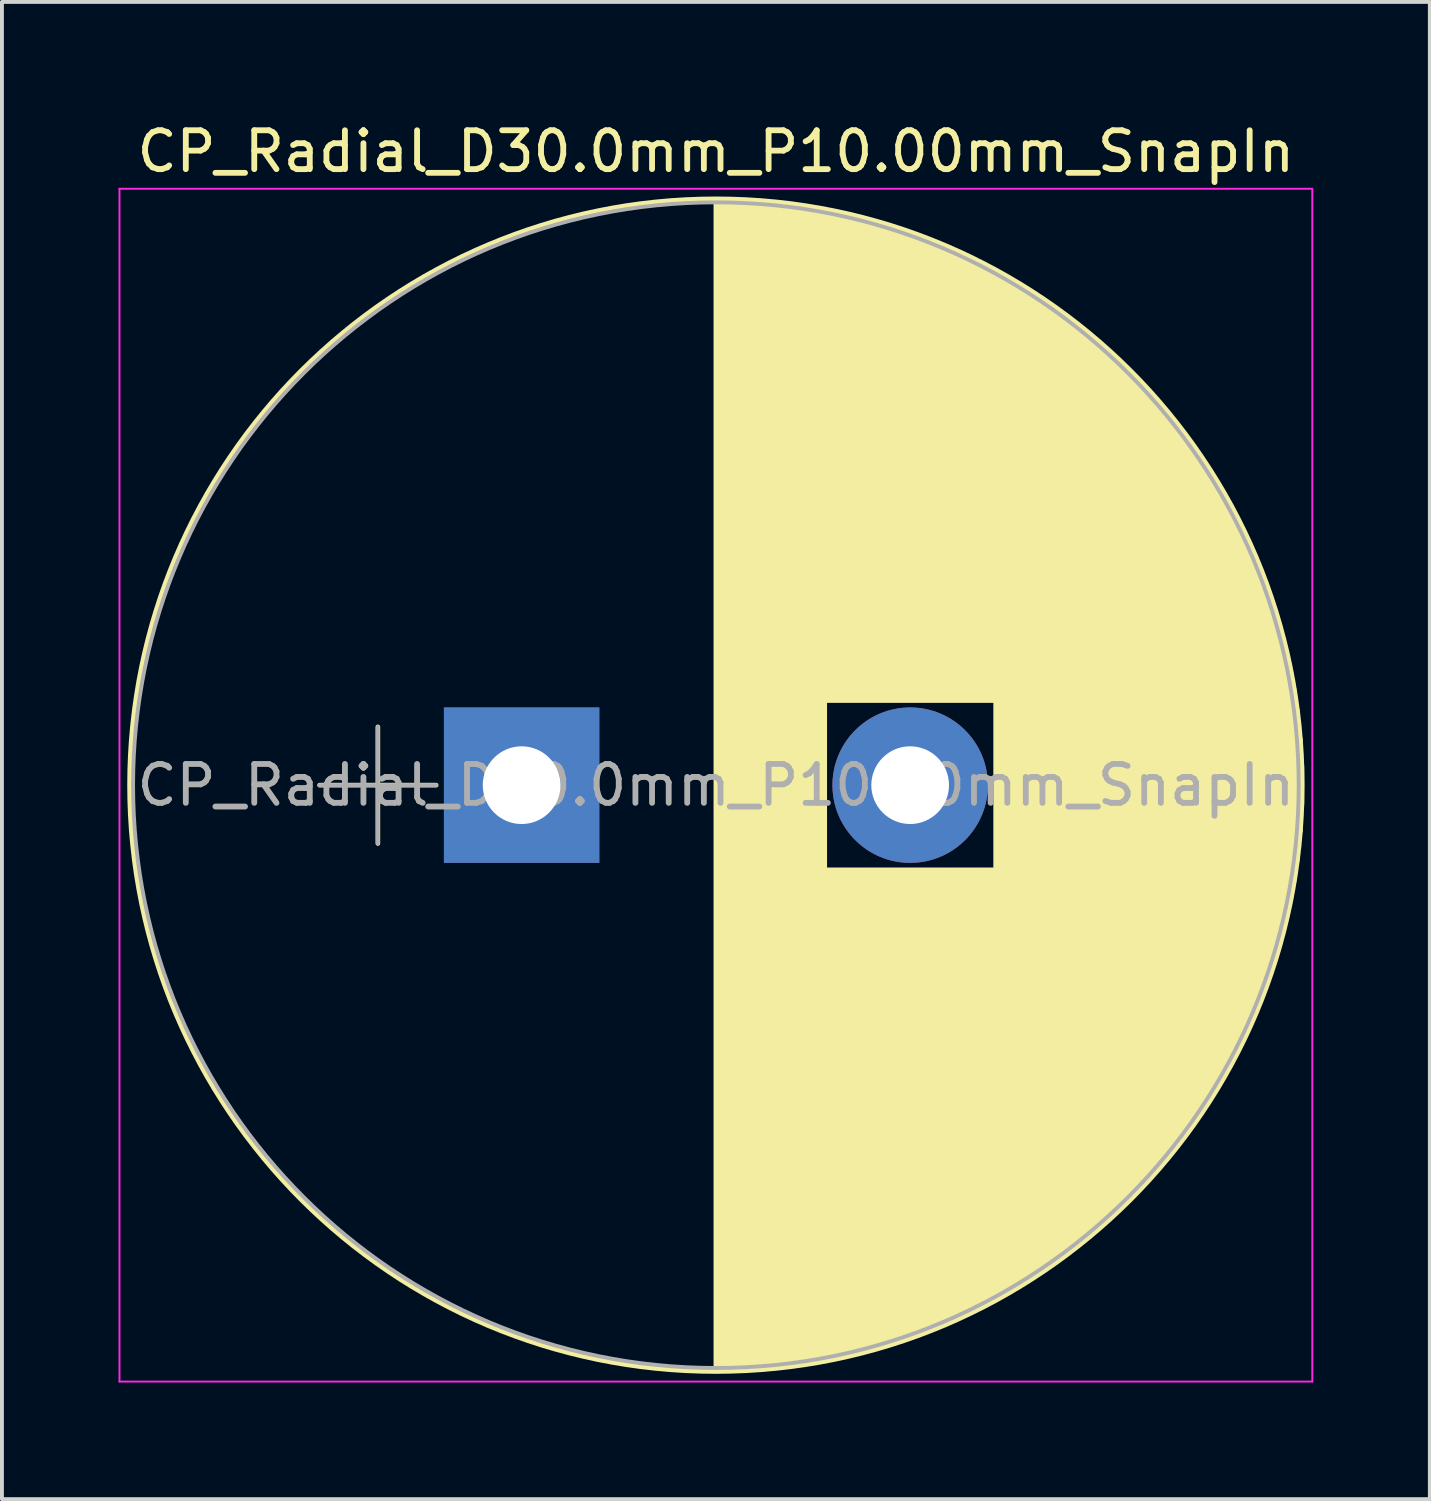
<source format=kicad_pcb>
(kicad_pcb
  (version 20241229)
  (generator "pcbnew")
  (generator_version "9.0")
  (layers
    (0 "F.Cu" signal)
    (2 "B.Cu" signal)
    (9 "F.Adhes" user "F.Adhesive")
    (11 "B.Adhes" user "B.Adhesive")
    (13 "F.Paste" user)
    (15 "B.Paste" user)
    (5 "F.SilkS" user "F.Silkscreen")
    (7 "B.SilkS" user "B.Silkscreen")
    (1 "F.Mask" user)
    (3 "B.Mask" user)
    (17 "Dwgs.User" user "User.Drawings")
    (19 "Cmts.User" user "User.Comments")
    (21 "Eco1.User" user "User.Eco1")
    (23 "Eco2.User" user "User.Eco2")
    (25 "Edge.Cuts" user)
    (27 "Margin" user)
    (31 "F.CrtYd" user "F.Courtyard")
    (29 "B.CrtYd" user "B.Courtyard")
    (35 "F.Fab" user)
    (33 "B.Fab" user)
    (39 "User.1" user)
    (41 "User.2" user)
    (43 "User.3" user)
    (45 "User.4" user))
  (footprint "CP_Radial_D30.0mm_P10.00mm_SnapIn"
    (layer "F.Cu")
    (at 10.375 17.158)
    (property "Reference" "CP_Radial_D30.0mm_P10.00mm_SnapIn" (at 5 -16.31 0) (layer "F.SilkS") (effects (font (size 1 1) (thickness 0.15))))
    (attr through_hole)
    (fp_line (start -5.2 0) (end -2.2 0) (stroke (width 0.12) (type solid)) (layer "F.SilkS"))
    (fp_line (start -3.7 -1.5) (end -3.7 1.5) (stroke (width 0.12) (type solid)) (layer "F.SilkS"))
    (fp_line (start 5 -15.05) (end 5 15.05) (stroke (width 0.12) (type solid)) (layer "F.SilkS"))
    (fp_line (start 5.04 -15.05) (end 5.04 15.05) (stroke (width 0.12) (type solid)) (layer "F.SilkS"))
    (fp_line (start 5.08 -15.05) (end 5.08 15.05) (stroke (width 0.12) (type solid)) (layer "F.SilkS"))
    (fp_line (start 5.12 -15.05) (end 5.12 15.05) (stroke (width 0.12) (type solid)) (layer "F.SilkS"))
    (fp_line (start 5.16 -15.05) (end 5.16 15.05) (stroke (width 0.12) (type solid)) (layer "F.SilkS"))
    (fp_line (start 5.2 -15.049) (end 5.2 15.049) (stroke (width 0.12) (type solid)) (layer "F.SilkS"))
    (fp_line (start 5.24 -15.049) (end 5.24 15.049) (stroke (width 0.12) (type solid)) (layer "F.SilkS"))
    (fp_line (start 5.28 -15.048) (end 5.28 15.048) (stroke (width 0.12) (type solid)) (layer "F.SilkS"))
    (fp_line (start 5.32 -15.047) (end 5.32 15.047) (stroke (width 0.12) (type solid)) (layer "F.SilkS"))
    (fp_line (start 5.36 -15.046) (end 5.36 15.046) (stroke (width 0.12) (type solid)) (layer "F.SilkS"))
    (fp_line (start 5.4 -15.045) (end 5.4 15.045) (stroke (width 0.12) (type solid)) (layer "F.SilkS"))
    (fp_line (start 5.44 -15.044) (end 5.44 15.044) (stroke (width 0.12) (type solid)) (layer "F.SilkS"))
    (fp_line (start 5.48 -15.043) (end 5.48 15.043) (stroke (width 0.12) (type solid)) (layer "F.SilkS"))
    (fp_line (start 5.52 -15.042) (end 5.52 15.042) (stroke (width 0.12) (type solid)) (layer "F.SilkS"))
    (fp_line (start 5.56 -15.04) (end 5.56 15.04) (stroke (width 0.12) (type solid)) (layer "F.SilkS"))
    (fp_line (start 5.6 -15.039) (end 5.6 15.039) (stroke (width 0.12) (type solid)) (layer "F.SilkS"))
    (fp_line (start 5.64 -15.037) (end 5.64 15.037) (stroke (width 0.12) (type solid)) (layer "F.SilkS"))
    (fp_line (start 5.68 -15.035) (end 5.68 15.035) (stroke (width 0.12) (type solid)) (layer "F.SilkS"))
    (fp_line (start 5.721 -15.033) (end 5.721 15.033) (stroke (width 0.12) (type solid)) (layer "F.SilkS"))
    (fp_line (start 5.761 -15.031) (end 5.761 15.031) (stroke (width 0.12) (type solid)) (layer "F.SilkS"))
    (fp_line (start 5.801 -15.029) (end 5.801 15.029) (stroke (width 0.12) (type solid)) (layer "F.SilkS"))
    (fp_line (start 5.841 -15.027) (end 5.841 15.027) (stroke (width 0.12) (type solid)) (layer "F.SilkS"))
    (fp_line (start 5.881 -15.025) (end 5.881 15.025) (stroke (width 0.12) (type solid)) (layer "F.SilkS"))
    (fp_line (start 5.921 -15.022) (end 5.921 15.022) (stroke (width 0.12) (type solid)) (layer "F.SilkS"))
    (fp_line (start 5.961 -15.02) (end 5.961 15.02) (stroke (width 0.12) (type solid)) (layer "F.SilkS"))
    (fp_line (start 6.001 -15.017) (end 6.001 15.017) (stroke (width 0.12) (type solid)) (layer "F.SilkS"))
    (fp_line (start 6.041 -15.015) (end 6.041 15.015) (stroke (width 0.12) (type solid)) (layer "F.SilkS"))
    (fp_line (start 6.081 -15.012) (end 6.081 15.012) (stroke (width 0.12) (type solid)) (layer "F.SilkS"))
    (fp_line (start 6.121 -15.009) (end 6.121 15.009) (stroke (width 0.12) (type solid)) (layer "F.SilkS"))
    (fp_line (start 6.161 -15.006) (end 6.161 15.006) (stroke (width 0.12) (type solid)) (layer "F.SilkS"))
    (fp_line (start 6.201 -15.003) (end 6.201 15.003) (stroke (width 0.12) (type solid)) (layer "F.SilkS"))
    (fp_line (start 6.241 -14.999) (end 6.241 14.999) (stroke (width 0.12) (type solid)) (layer "F.SilkS"))
    (fp_line (start 6.281 -14.996) (end 6.281 14.996) (stroke (width 0.12) (type solid)) (layer "F.SilkS"))
    (fp_line (start 6.321 -14.993) (end 6.321 14.993) (stroke (width 0.12) (type solid)) (layer "F.SilkS"))
    (fp_line (start 6.361 -14.989) (end 6.361 14.989) (stroke (width 0.12) (type solid)) (layer "F.SilkS"))
    (fp_line (start 6.401 -14.985) (end 6.401 14.985) (stroke (width 0.12) (type solid)) (layer "F.SilkS"))
    (fp_line (start 6.441 -14.982) (end 6.441 14.982) (stroke (width 0.12) (type solid)) (layer "F.SilkS"))
    (fp_line (start 6.481 -14.978) (end 6.481 14.978) (stroke (width 0.12) (type solid)) (layer "F.SilkS"))
    (fp_line (start 6.521 -14.974) (end 6.521 14.974) (stroke (width 0.12) (type solid)) (layer "F.SilkS"))
    (fp_line (start 6.561 -14.97) (end 6.561 14.97) (stroke (width 0.12) (type solid)) (layer "F.SilkS"))
    (fp_line (start 6.601 -14.965) (end 6.601 14.965) (stroke (width 0.12) (type solid)) (layer "F.SilkS"))
    (fp_line (start 6.641 -14.961) (end 6.641 14.961) (stroke (width 0.12) (type solid)) (layer "F.SilkS"))
    (fp_line (start 6.681 -14.957) (end 6.681 14.957) (stroke (width 0.12) (type solid)) (layer "F.SilkS"))
    (fp_line (start 6.721 -14.952) (end 6.721 14.952) (stroke (width 0.12) (type solid)) (layer "F.SilkS"))
    (fp_line (start 6.761 -14.948) (end 6.761 14.948) (stroke (width 0.12) (type solid)) (layer "F.SilkS"))
    (fp_line (start 6.801 -14.943) (end 6.801 14.943) (stroke (width 0.12) (type solid)) (layer "F.SilkS"))
    (fp_line (start 6.841 -14.938) (end 6.841 14.938) (stroke (width 0.12) (type solid)) (layer "F.SilkS"))
    (fp_line (start 6.881 -14.933) (end 6.881 14.933) (stroke (width 0.12) (type solid)) (layer "F.SilkS"))
    (fp_line (start 6.921 -14.928) (end 6.921 14.928) (stroke (width 0.12) (type solid)) (layer "F.SilkS"))
    (fp_line (start 6.961 -14.923) (end 6.961 14.923) (stroke (width 0.12) (type solid)) (layer "F.SilkS"))
    (fp_line (start 7.001 -14.917) (end 7.001 14.917) (stroke (width 0.12) (type solid)) (layer "F.SilkS"))
    (fp_line (start 7.041 -14.912) (end 7.041 14.912) (stroke (width 0.12) (type solid)) (layer "F.SilkS"))
    (fp_line (start 7.081 -14.906) (end 7.081 14.906) (stroke (width 0.12) (type solid)) (layer "F.SilkS"))
    (fp_line (start 7.121 -14.901) (end 7.121 14.901) (stroke (width 0.12) (type solid)) (layer "F.SilkS"))
    (fp_line (start 7.161 -14.895) (end 7.161 14.895) (stroke (width 0.12) (type solid)) (layer "F.SilkS"))
    (fp_line (start 7.201 -14.889) (end 7.201 14.889) (stroke (width 0.12) (type solid)) (layer "F.SilkS"))
    (fp_line (start 7.241 -14.883) (end 7.241 14.883) (stroke (width 0.12) (type solid)) (layer "F.SilkS"))
    (fp_line (start 7.281 -14.877) (end 7.281 14.877) (stroke (width 0.12) (type solid)) (layer "F.SilkS"))
    (fp_line (start 7.321 -14.871) (end 7.321 14.871) (stroke (width 0.12) (type solid)) (layer "F.SilkS"))
    (fp_line (start 7.361 -14.865) (end 7.361 14.865) (stroke (width 0.12) (type solid)) (layer "F.SilkS"))
    (fp_line (start 7.401 -14.858) (end 7.401 14.858) (stroke (width 0.12) (type solid)) (layer "F.SilkS"))
    (fp_line (start 7.441 -14.852) (end 7.441 14.852) (stroke (width 0.12) (type solid)) (layer "F.SilkS"))
    (fp_line (start 7.481 -14.845) (end 7.481 14.845) (stroke (width 0.12) (type solid)) (layer "F.SilkS"))
    (fp_line (start 7.521 -14.839) (end 7.521 14.839) (stroke (width 0.12) (type solid)) (layer "F.SilkS"))
    (fp_line (start 7.561 -14.832) (end 7.561 14.832) (stroke (width 0.12) (type solid)) (layer "F.SilkS"))
    (fp_line (start 7.601 -14.825) (end 7.601 14.825) (stroke (width 0.12) (type solid)) (layer "F.SilkS"))
    (fp_line (start 7.641 -14.818) (end 7.641 14.818) (stroke (width 0.12) (type solid)) (layer "F.SilkS"))
    (fp_line (start 7.681 -14.811) (end 7.681 14.811) (stroke (width 0.12) (type solid)) (layer "F.SilkS"))
    (fp_line (start 7.721 -14.803) (end 7.721 14.803) (stroke (width 0.12) (type solid)) (layer "F.SilkS"))
    (fp_line (start 7.761 -14.796) (end 7.761 14.796) (stroke (width 0.12) (type solid)) (layer "F.SilkS"))
    (fp_line (start 7.801 -14.788) (end 7.801 14.788) (stroke (width 0.12) (type solid)) (layer "F.SilkS"))
    (fp_line (start 7.841 -14.781) (end 7.841 -2.18) (stroke (width 0.12) (type solid)) (layer "F.SilkS"))
    (fp_line (start 7.841 2.18) (end 7.841 14.781) (stroke (width 0.12) (type solid)) (layer "F.SilkS"))
    (fp_line (start 7.881 -14.773) (end 7.881 -2.18) (stroke (width 0.12) (type solid)) (layer "F.SilkS"))
    (fp_line (start 7.881 2.18) (end 7.881 14.773) (stroke (width 0.12) (type solid)) (layer "F.SilkS"))
    (fp_line (start 7.921 -14.765) (end 7.921 -2.18) (stroke (width 0.12) (type solid)) (layer "F.SilkS"))
    (fp_line (start 7.921 2.18) (end 7.921 14.765) (stroke (width 0.12) (type solid)) (layer "F.SilkS"))
    (fp_line (start 7.961 -14.757) (end 7.961 -2.18) (stroke (width 0.12) (type solid)) (layer "F.SilkS"))
    (fp_line (start 7.961 2.18) (end 7.961 14.757) (stroke (width 0.12) (type solid)) (layer "F.SilkS"))
    (fp_line (start 8.001 -14.749) (end 8.001 -2.18) (stroke (width 0.12) (type solid)) (layer "F.SilkS"))
    (fp_line (start 8.001 2.18) (end 8.001 14.749) (stroke (width 0.12) (type solid)) (layer "F.SilkS"))
    (fp_line (start 8.041 -14.741) (end 8.041 -2.18) (stroke (width 0.12) (type solid)) (layer "F.SilkS"))
    (fp_line (start 8.041 2.18) (end 8.041 14.741) (stroke (width 0.12) (type solid)) (layer "F.SilkS"))
    (fp_line (start 8.081 -14.733) (end 8.081 -2.18) (stroke (width 0.12) (type solid)) (layer "F.SilkS"))
    (fp_line (start 8.081 2.18) (end 8.081 14.733) (stroke (width 0.12) (type solid)) (layer "F.SilkS"))
    (fp_line (start 8.121 -14.724) (end 8.121 -2.18) (stroke (width 0.12) (type solid)) (layer "F.SilkS"))
    (fp_line (start 8.121 2.18) (end 8.121 14.724) (stroke (width 0.12) (type solid)) (layer "F.SilkS"))
    (fp_line (start 8.161 -14.716) (end 8.161 -2.18) (stroke (width 0.12) (type solid)) (layer "F.SilkS"))
    (fp_line (start 8.161 2.18) (end 8.161 14.716) (stroke (width 0.12) (type solid)) (layer "F.SilkS"))
    (fp_line (start 8.201 -14.707) (end 8.201 -2.18) (stroke (width 0.12) (type solid)) (layer "F.SilkS"))
    (fp_line (start 8.201 2.18) (end 8.201 14.707) (stroke (width 0.12) (type solid)) (layer "F.SilkS"))
    (fp_line (start 8.241 -14.699) (end 8.241 -2.18) (stroke (width 0.12) (type solid)) (layer "F.SilkS"))
    (fp_line (start 8.241 2.18) (end 8.241 14.699) (stroke (width 0.12) (type solid)) (layer "F.SilkS"))
    (fp_line (start 8.281 -14.69) (end 8.281 -2.18) (stroke (width 0.12) (type solid)) (layer "F.SilkS"))
    (fp_line (start 8.281 2.18) (end 8.281 14.69) (stroke (width 0.12) (type solid)) (layer "F.SilkS"))
    (fp_line (start 8.321 -14.681) (end 8.321 -2.18) (stroke (width 0.12) (type solid)) (layer "F.SilkS"))
    (fp_line (start 8.321 2.18) (end 8.321 14.681) (stroke (width 0.12) (type solid)) (layer "F.SilkS"))
    (fp_line (start 8.361 -14.672) (end 8.361 -2.18) (stroke (width 0.12) (type solid)) (layer "F.SilkS"))
    (fp_line (start 8.361 2.18) (end 8.361 14.672) (stroke (width 0.12) (type solid)) (layer "F.SilkS"))
    (fp_line (start 8.401 -14.662) (end 8.401 -2.18) (stroke (width 0.12) (type solid)) (layer "F.SilkS"))
    (fp_line (start 8.401 2.18) (end 8.401 14.662) (stroke (width 0.12) (type solid)) (layer "F.SilkS"))
    (fp_line (start 8.441 -14.653) (end 8.441 -2.18) (stroke (width 0.12) (type solid)) (layer "F.SilkS"))
    (fp_line (start 8.441 2.18) (end 8.441 14.653) (stroke (width 0.12) (type solid)) (layer "F.SilkS"))
    (fp_line (start 8.481 -14.644) (end 8.481 -2.18) (stroke (width 0.12) (type solid)) (layer "F.SilkS"))
    (fp_line (start 8.481 2.18) (end 8.481 14.644) (stroke (width 0.12) (type solid)) (layer "F.SilkS"))
    (fp_line (start 8.521 -14.634) (end 8.521 -2.18) (stroke (width 0.12) (type solid)) (layer "F.SilkS"))
    (fp_line (start 8.521 2.18) (end 8.521 14.634) (stroke (width 0.12) (type solid)) (layer "F.SilkS"))
    (fp_line (start 8.561 -14.625) (end 8.561 -2.18) (stroke (width 0.12) (type solid)) (layer "F.SilkS"))
    (fp_line (start 8.561 2.18) (end 8.561 14.625) (stroke (width 0.12) (type solid)) (layer "F.SilkS"))
    (fp_line (start 8.601 -14.615) (end 8.601 -2.18) (stroke (width 0.12) (type solid)) (layer "F.SilkS"))
    (fp_line (start 8.601 2.18) (end 8.601 14.615) (stroke (width 0.12) (type solid)) (layer "F.SilkS"))
    (fp_line (start 8.641 -14.605) (end 8.641 -2.18) (stroke (width 0.12) (type solid)) (layer "F.SilkS"))
    (fp_line (start 8.641 2.18) (end 8.641 14.605) (stroke (width 0.12) (type solid)) (layer "F.SilkS"))
    (fp_line (start 8.681 -14.595) (end 8.681 -2.18) (stroke (width 0.12) (type solid)) (layer "F.SilkS"))
    (fp_line (start 8.681 2.18) (end 8.681 14.595) (stroke (width 0.12) (type solid)) (layer "F.SilkS"))
    (fp_line (start 8.721 -14.585) (end 8.721 -2.18) (stroke (width 0.12) (type solid)) (layer "F.SilkS"))
    (fp_line (start 8.721 2.18) (end 8.721 14.585) (stroke (width 0.12) (type solid)) (layer "F.SilkS"))
    (fp_line (start 8.761 -14.575) (end 8.761 -2.18) (stroke (width 0.12) (type solid)) (layer "F.SilkS"))
    (fp_line (start 8.761 2.18) (end 8.761 14.575) (stroke (width 0.12) (type solid)) (layer "F.SilkS"))
    (fp_line (start 8.801 -14.564) (end 8.801 -2.18) (stroke (width 0.12) (type solid)) (layer "F.SilkS"))
    (fp_line (start 8.801 2.18) (end 8.801 14.564) (stroke (width 0.12) (type solid)) (layer "F.SilkS"))
    (fp_line (start 8.841 -14.554) (end 8.841 -2.18) (stroke (width 0.12) (type solid)) (layer "F.SilkS"))
    (fp_line (start 8.841 2.18) (end 8.841 14.554) (stroke (width 0.12) (type solid)) (layer "F.SilkS"))
    (fp_line (start 8.881 -14.543) (end 8.881 -2.18) (stroke (width 0.12) (type solid)) (layer "F.SilkS"))
    (fp_line (start 8.881 2.18) (end 8.881 14.543) (stroke (width 0.12) (type solid)) (layer "F.SilkS"))
    (fp_line (start 8.921 -14.532) (end 8.921 -2.18) (stroke (width 0.12) (type solid)) (layer "F.SilkS"))
    (fp_line (start 8.921 2.18) (end 8.921 14.532) (stroke (width 0.12) (type solid)) (layer "F.SilkS"))
    (fp_line (start 8.961 -14.522) (end 8.961 -2.18) (stroke (width 0.12) (type solid)) (layer "F.SilkS"))
    (fp_line (start 8.961 2.18) (end 8.961 14.522) (stroke (width 0.12) (type solid)) (layer "F.SilkS"))
    (fp_line (start 9.001 -14.511) (end 9.001 -2.18) (stroke (width 0.12) (type solid)) (layer "F.SilkS"))
    (fp_line (start 9.001 2.18) (end 9.001 14.511) (stroke (width 0.12) (type solid)) (layer "F.SilkS"))
    (fp_line (start 9.041 -14.5) (end 9.041 -2.18) (stroke (width 0.12) (type solid)) (layer "F.SilkS"))
    (fp_line (start 9.041 2.18) (end 9.041 14.5) (stroke (width 0.12) (type solid)) (layer "F.SilkS"))
    (fp_line (start 9.081 -14.488) (end 9.081 -2.18) (stroke (width 0.12) (type solid)) (layer "F.SilkS"))
    (fp_line (start 9.081 2.18) (end 9.081 14.488) (stroke (width 0.12) (type solid)) (layer "F.SilkS"))
    (fp_line (start 9.121 -14.477) (end 9.121 -2.18) (stroke (width 0.12) (type solid)) (layer "F.SilkS"))
    (fp_line (start 9.121 2.18) (end 9.121 14.477) (stroke (width 0.12) (type solid)) (layer "F.SilkS"))
    (fp_line (start 9.161 -14.466) (end 9.161 -2.18) (stroke (width 0.12) (type solid)) (layer "F.SilkS"))
    (fp_line (start 9.161 2.18) (end 9.161 14.466) (stroke (width 0.12) (type solid)) (layer "F.SilkS"))
    (fp_line (start 9.201 -14.454) (end 9.201 -2.18) (stroke (width 0.12) (type solid)) (layer "F.SilkS"))
    (fp_line (start 9.201 2.18) (end 9.201 14.454) (stroke (width 0.12) (type solid)) (layer "F.SilkS"))
    (fp_line (start 9.241 -14.443) (end 9.241 -2.18) (stroke (width 0.12) (type solid)) (layer "F.SilkS"))
    (fp_line (start 9.241 2.18) (end 9.241 14.443) (stroke (width 0.12) (type solid)) (layer "F.SilkS"))
    (fp_line (start 9.281 -14.431) (end 9.281 -2.18) (stroke (width 0.12) (type solid)) (layer "F.SilkS"))
    (fp_line (start 9.281 2.18) (end 9.281 14.431) (stroke (width 0.12) (type solid)) (layer "F.SilkS"))
    (fp_line (start 9.321 -14.419) (end 9.321 -2.18) (stroke (width 0.12) (type solid)) (layer "F.SilkS"))
    (fp_line (start 9.321 2.18) (end 9.321 14.419) (stroke (width 0.12) (type solid)) (layer "F.SilkS"))
    (fp_line (start 9.361 -14.407) (end 9.361 -2.18) (stroke (width 0.12) (type solid)) (layer "F.SilkS"))
    (fp_line (start 9.361 2.18) (end 9.361 14.407) (stroke (width 0.12) (type solid)) (layer "F.SilkS"))
    (fp_line (start 9.401 -14.395) (end 9.401 -2.18) (stroke (width 0.12) (type solid)) (layer "F.SilkS"))
    (fp_line (start 9.401 2.18) (end 9.401 14.395) (stroke (width 0.12) (type solid)) (layer "F.SilkS"))
    (fp_line (start 9.441 -14.383) (end 9.441 -2.18) (stroke (width 0.12) (type solid)) (layer "F.SilkS"))
    (fp_line (start 9.441 2.18) (end 9.441 14.383) (stroke (width 0.12) (type solid)) (layer "F.SilkS"))
    (fp_line (start 9.481 -14.37) (end 9.481 -2.18) (stroke (width 0.12) (type solid)) (layer "F.SilkS"))
    (fp_line (start 9.481 2.18) (end 9.481 14.37) (stroke (width 0.12) (type solid)) (layer "F.SilkS"))
    (fp_line (start 9.521 -14.358) (end 9.521 -2.18) (stroke (width 0.12) (type solid)) (layer "F.SilkS"))
    (fp_line (start 9.521 2.18) (end 9.521 14.358) (stroke (width 0.12) (type solid)) (layer "F.SilkS"))
    (fp_line (start 9.561 -14.345) (end 9.561 -2.18) (stroke (width 0.12) (type solid)) (layer "F.SilkS"))
    (fp_line (start 9.561 2.18) (end 9.561 14.345) (stroke (width 0.12) (type solid)) (layer "F.SilkS"))
    (fp_line (start 9.601 -14.332) (end 9.601 -2.18) (stroke (width 0.12) (type solid)) (layer "F.SilkS"))
    (fp_line (start 9.601 2.18) (end 9.601 14.332) (stroke (width 0.12) (type solid)) (layer "F.SilkS"))
    (fp_line (start 9.641 -14.319) (end 9.641 -2.18) (stroke (width 0.12) (type solid)) (layer "F.SilkS"))
    (fp_line (start 9.641 2.18) (end 9.641 14.319) (stroke (width 0.12) (type solid)) (layer "F.SilkS"))
    (fp_line (start 9.681 -14.306) (end 9.681 -2.18) (stroke (width 0.12) (type solid)) (layer "F.SilkS"))
    (fp_line (start 9.681 2.18) (end 9.681 14.306) (stroke (width 0.12) (type solid)) (layer "F.SilkS"))
    (fp_line (start 9.721 -14.293) (end 9.721 -2.18) (stroke (width 0.12) (type solid)) (layer "F.SilkS"))
    (fp_line (start 9.721 2.18) (end 9.721 14.293) (stroke (width 0.12) (type solid)) (layer "F.SilkS"))
    (fp_line (start 9.761 -14.28) (end 9.761 -2.18) (stroke (width 0.12) (type solid)) (layer "F.SilkS"))
    (fp_line (start 9.761 2.18) (end 9.761 14.28) (stroke (width 0.12) (type solid)) (layer "F.SilkS"))
    (fp_line (start 9.801 -14.267) (end 9.801 -2.18) (stroke (width 0.12) (type solid)) (layer "F.SilkS"))
    (fp_line (start 9.801 2.18) (end 9.801 14.267) (stroke (width 0.12) (type solid)) (layer "F.SilkS"))
    (fp_line (start 9.841 -14.253) (end 9.841 -2.18) (stroke (width 0.12) (type solid)) (layer "F.SilkS"))
    (fp_line (start 9.841 2.18) (end 9.841 14.253) (stroke (width 0.12) (type solid)) (layer "F.SilkS"))
    (fp_line (start 9.881 -14.24) (end 9.881 -2.18) (stroke (width 0.12) (type solid)) (layer "F.SilkS"))
    (fp_line (start 9.881 2.18) (end 9.881 14.24) (stroke (width 0.12) (type solid)) (layer "F.SilkS"))
    (fp_line (start 9.921 -14.226) (end 9.921 -2.18) (stroke (width 0.12) (type solid)) (layer "F.SilkS"))
    (fp_line (start 9.921 2.18) (end 9.921 14.226) (stroke (width 0.12) (type solid)) (layer "F.SilkS"))
    (fp_line (start 9.961 -14.212) (end 9.961 -2.18) (stroke (width 0.12) (type solid)) (layer "F.SilkS"))
    (fp_line (start 9.961 2.18) (end 9.961 14.212) (stroke (width 0.12) (type solid)) (layer "F.SilkS"))
    (fp_line (start 10.001 -14.198) (end 10.001 -2.18) (stroke (width 0.12) (type solid)) (layer "F.SilkS"))
    (fp_line (start 10.001 2.18) (end 10.001 14.198) (stroke (width 0.12) (type solid)) (layer "F.SilkS"))
    (fp_line (start 10.041 -14.184) (end 10.041 -2.18) (stroke (width 0.12) (type solid)) (layer "F.SilkS"))
    (fp_line (start 10.041 2.18) (end 10.041 14.184) (stroke (width 0.12) (type solid)) (layer "F.SilkS"))
    (fp_line (start 10.081 -14.17) (end 10.081 -2.18) (stroke (width 0.12) (type solid)) (layer "F.SilkS"))
    (fp_line (start 10.081 2.18) (end 10.081 14.17) (stroke (width 0.12) (type solid)) (layer "F.SilkS"))
    (fp_line (start 10.121 -14.155) (end 10.121 -2.18) (stroke (width 0.12) (type solid)) (layer "F.SilkS"))
    (fp_line (start 10.121 2.18) (end 10.121 14.155) (stroke (width 0.12) (type solid)) (layer "F.SilkS"))
    (fp_line (start 10.161 -14.141) (end 10.161 -2.18) (stroke (width 0.12) (type solid)) (layer "F.SilkS"))
    (fp_line (start 10.161 2.18) (end 10.161 14.141) (stroke (width 0.12) (type solid)) (layer "F.SilkS"))
    (fp_line (start 10.201 -14.126) (end 10.201 -2.18) (stroke (width 0.12) (type solid)) (layer "F.SilkS"))
    (fp_line (start 10.201 2.18) (end 10.201 14.126) (stroke (width 0.12) (type solid)) (layer "F.SilkS"))
    (fp_line (start 10.241 -14.111) (end 10.241 -2.18) (stroke (width 0.12) (type solid)) (layer "F.SilkS"))
    (fp_line (start 10.241 2.18) (end 10.241 14.111) (stroke (width 0.12) (type solid)) (layer "F.SilkS"))
    (fp_line (start 10.281 -14.097) (end 10.281 -2.18) (stroke (width 0.12) (type solid)) (layer "F.SilkS"))
    (fp_line (start 10.281 2.18) (end 10.281 14.097) (stroke (width 0.12) (type solid)) (layer "F.SilkS"))
    (fp_line (start 10.321 -14.082) (end 10.321 -2.18) (stroke (width 0.12) (type solid)) (layer "F.SilkS"))
    (fp_line (start 10.321 2.18) (end 10.321 14.082) (stroke (width 0.12) (type solid)) (layer "F.SilkS"))
    (fp_line (start 10.361 -14.066) (end 10.361 -2.18) (stroke (width 0.12) (type solid)) (layer "F.SilkS"))
    (fp_line (start 10.361 2.18) (end 10.361 14.066) (stroke (width 0.12) (type solid)) (layer "F.SilkS"))
    (fp_line (start 10.401 -14.051) (end 10.401 -2.18) (stroke (width 0.12) (type solid)) (layer "F.SilkS"))
    (fp_line (start 10.401 2.18) (end 10.401 14.051) (stroke (width 0.12) (type solid)) (layer "F.SilkS"))
    (fp_line (start 10.441 -14.036) (end 10.441 -2.18) (stroke (width 0.12) (type solid)) (layer "F.SilkS"))
    (fp_line (start 10.441 2.18) (end 10.441 14.036) (stroke (width 0.12) (type solid)) (layer "F.SilkS"))
    (fp_line (start 10.481 -14.02) (end 10.481 -2.18) (stroke (width 0.12) (type solid)) (layer "F.SilkS"))
    (fp_line (start 10.481 2.18) (end 10.481 14.02) (stroke (width 0.12) (type solid)) (layer "F.SilkS"))
    (fp_line (start 10.521 -14.005) (end 10.521 -2.18) (stroke (width 0.12) (type solid)) (layer "F.SilkS"))
    (fp_line (start 10.521 2.18) (end 10.521 14.005) (stroke (width 0.12) (type solid)) (layer "F.SilkS"))
    (fp_line (start 10.561 -13.989) (end 10.561 -2.18) (stroke (width 0.12) (type solid)) (layer "F.SilkS"))
    (fp_line (start 10.561 2.18) (end 10.561 13.989) (stroke (width 0.12) (type solid)) (layer "F.SilkS"))
    (fp_line (start 10.601 -13.973) (end 10.601 -2.18) (stroke (width 0.12) (type solid)) (layer "F.SilkS"))
    (fp_line (start 10.601 2.18) (end 10.601 13.973) (stroke (width 0.12) (type solid)) (layer "F.SilkS"))
    (fp_line (start 10.641 -13.957) (end 10.641 -2.18) (stroke (width 0.12) (type solid)) (layer "F.SilkS"))
    (fp_line (start 10.641 2.18) (end 10.641 13.957) (stroke (width 0.12) (type solid)) (layer "F.SilkS"))
    (fp_line (start 10.681 -13.941) (end 10.681 -2.18) (stroke (width 0.12) (type solid)) (layer "F.SilkS"))
    (fp_line (start 10.681 2.18) (end 10.681 13.941) (stroke (width 0.12) (type solid)) (layer "F.SilkS"))
    (fp_line (start 10.721 -13.924) (end 10.721 -2.18) (stroke (width 0.12) (type solid)) (layer "F.SilkS"))
    (fp_line (start 10.721 2.18) (end 10.721 13.924) (stroke (width 0.12) (type solid)) (layer "F.SilkS"))
    (fp_line (start 10.761 -13.908) (end 10.761 -2.18) (stroke (width 0.12) (type solid)) (layer "F.SilkS"))
    (fp_line (start 10.761 2.18) (end 10.761 13.908) (stroke (width 0.12) (type solid)) (layer "F.SilkS"))
    (fp_line (start 10.801 -13.891) (end 10.801 -2.18) (stroke (width 0.12) (type solid)) (layer "F.SilkS"))
    (fp_line (start 10.801 2.18) (end 10.801 13.891) (stroke (width 0.12) (type solid)) (layer "F.SilkS"))
    (fp_line (start 10.841 -13.875) (end 10.841 -2.18) (stroke (width 0.12) (type solid)) (layer "F.SilkS"))
    (fp_line (start 10.841 2.18) (end 10.841 13.875) (stroke (width 0.12) (type solid)) (layer "F.SilkS"))
    (fp_line (start 10.881 -13.858) (end 10.881 -2.18) (stroke (width 0.12) (type solid)) (layer "F.SilkS"))
    (fp_line (start 10.881 2.18) (end 10.881 13.858) (stroke (width 0.12) (type solid)) (layer "F.SilkS"))
    (fp_line (start 10.921 -13.841) (end 10.921 -2.18) (stroke (width 0.12) (type solid)) (layer "F.SilkS"))
    (fp_line (start 10.921 2.18) (end 10.921 13.841) (stroke (width 0.12) (type solid)) (layer "F.SilkS"))
    (fp_line (start 10.961 -13.824) (end 10.961 -2.18) (stroke (width 0.12) (type solid)) (layer "F.SilkS"))
    (fp_line (start 10.961 2.18) (end 10.961 13.824) (stroke (width 0.12) (type solid)) (layer "F.SilkS"))
    (fp_line (start 11.001 -13.806) (end 11.001 -2.18) (stroke (width 0.12) (type solid)) (layer "F.SilkS"))
    (fp_line (start 11.001 2.18) (end 11.001 13.806) (stroke (width 0.12) (type solid)) (layer "F.SilkS"))
    (fp_line (start 11.041 -13.789) (end 11.041 -2.18) (stroke (width 0.12) (type solid)) (layer "F.SilkS"))
    (fp_line (start 11.041 2.18) (end 11.041 13.789) (stroke (width 0.12) (type solid)) (layer "F.SilkS"))
    (fp_line (start 11.081 -13.771) (end 11.081 -2.18) (stroke (width 0.12) (type solid)) (layer "F.SilkS"))
    (fp_line (start 11.081 2.18) (end 11.081 13.771) (stroke (width 0.12) (type solid)) (layer "F.SilkS"))
    (fp_line (start 11.121 -13.754) (end 11.121 -2.18) (stroke (width 0.12) (type solid)) (layer "F.SilkS"))
    (fp_line (start 11.121 2.18) (end 11.121 13.754) (stroke (width 0.12) (type solid)) (layer "F.SilkS"))
    (fp_line (start 11.161 -13.736) (end 11.161 -2.18) (stroke (width 0.12) (type solid)) (layer "F.SilkS"))
    (fp_line (start 11.161 2.18) (end 11.161 13.736) (stroke (width 0.12) (type solid)) (layer "F.SilkS"))
    (fp_line (start 11.201 -13.718) (end 11.201 -2.18) (stroke (width 0.12) (type solid)) (layer "F.SilkS"))
    (fp_line (start 11.201 2.18) (end 11.201 13.718) (stroke (width 0.12) (type solid)) (layer "F.SilkS"))
    (fp_line (start 11.241 -13.7) (end 11.241 -2.18) (stroke (width 0.12) (type solid)) (layer "F.SilkS"))
    (fp_line (start 11.241 2.18) (end 11.241 13.7) (stroke (width 0.12) (type solid)) (layer "F.SilkS"))
    (fp_line (start 11.281 -13.682) (end 11.281 -2.18) (stroke (width 0.12) (type solid)) (layer "F.SilkS"))
    (fp_line (start 11.281 2.18) (end 11.281 13.682) (stroke (width 0.12) (type solid)) (layer "F.SilkS"))
    (fp_line (start 11.321 -13.663) (end 11.321 -2.18) (stroke (width 0.12) (type solid)) (layer "F.SilkS"))
    (fp_line (start 11.321 2.18) (end 11.321 13.663) (stroke (width 0.12) (type solid)) (layer "F.SilkS"))
    (fp_line (start 11.361 -13.645) (end 11.361 -2.18) (stroke (width 0.12) (type solid)) (layer "F.SilkS"))
    (fp_line (start 11.361 2.18) (end 11.361 13.645) (stroke (width 0.12) (type solid)) (layer "F.SilkS"))
    (fp_line (start 11.401 -13.626) (end 11.401 -2.18) (stroke (width 0.12) (type solid)) (layer "F.SilkS"))
    (fp_line (start 11.401 2.18) (end 11.401 13.626) (stroke (width 0.12) (type solid)) (layer "F.SilkS"))
    (fp_line (start 11.441 -13.607) (end 11.441 -2.18) (stroke (width 0.12) (type solid)) (layer "F.SilkS"))
    (fp_line (start 11.441 2.18) (end 11.441 13.607) (stroke (width 0.12) (type solid)) (layer "F.SilkS"))
    (fp_line (start 11.481 -13.588) (end 11.481 -2.18) (stroke (width 0.12) (type solid)) (layer "F.SilkS"))
    (fp_line (start 11.481 2.18) (end 11.481 13.588) (stroke (width 0.12) (type solid)) (layer "F.SilkS"))
    (fp_line (start 11.521 -13.569) (end 11.521 -2.18) (stroke (width 0.12) (type solid)) (layer "F.SilkS"))
    (fp_line (start 11.521 2.18) (end 11.521 13.569) (stroke (width 0.12) (type solid)) (layer "F.SilkS"))
    (fp_line (start 11.561 -13.55) (end 11.561 -2.18) (stroke (width 0.12) (type solid)) (layer "F.SilkS"))
    (fp_line (start 11.561 2.18) (end 11.561 13.55) (stroke (width 0.12) (type solid)) (layer "F.SilkS"))
    (fp_line (start 11.601 -13.531) (end 11.601 -2.18) (stroke (width 0.12) (type solid)) (layer "F.SilkS"))
    (fp_line (start 11.601 2.18) (end 11.601 13.531) (stroke (width 0.12) (type solid)) (layer "F.SilkS"))
    (fp_line (start 11.641 -13.511) (end 11.641 -2.18) (stroke (width 0.12) (type solid)) (layer "F.SilkS"))
    (fp_line (start 11.641 2.18) (end 11.641 13.511) (stroke (width 0.12) (type solid)) (layer "F.SilkS"))
    (fp_line (start 11.681 -13.491) (end 11.681 -2.18) (stroke (width 0.12) (type solid)) (layer "F.SilkS"))
    (fp_line (start 11.681 2.18) (end 11.681 13.491) (stroke (width 0.12) (type solid)) (layer "F.SilkS"))
    (fp_line (start 11.721 -13.472) (end 11.721 -2.18) (stroke (width 0.12) (type solid)) (layer "F.SilkS"))
    (fp_line (start 11.721 2.18) (end 11.721 13.472) (stroke (width 0.12) (type solid)) (layer "F.SilkS"))
    (fp_line (start 11.761 -13.452) (end 11.761 -2.18) (stroke (width 0.12) (type solid)) (layer "F.SilkS"))
    (fp_line (start 11.761 2.18) (end 11.761 13.452) (stroke (width 0.12) (type solid)) (layer "F.SilkS"))
    (fp_line (start 11.801 -13.432) (end 11.801 -2.18) (stroke (width 0.12) (type solid)) (layer "F.SilkS"))
    (fp_line (start 11.801 2.18) (end 11.801 13.432) (stroke (width 0.12) (type solid)) (layer "F.SilkS"))
    (fp_line (start 11.841 -13.411) (end 11.841 -2.18) (stroke (width 0.12) (type solid)) (layer "F.SilkS"))
    (fp_line (start 11.841 2.18) (end 11.841 13.411) (stroke (width 0.12) (type solid)) (layer "F.SilkS"))
    (fp_line (start 11.881 -13.391) (end 11.881 -2.18) (stroke (width 0.12) (type solid)) (layer "F.SilkS"))
    (fp_line (start 11.881 2.18) (end 11.881 13.391) (stroke (width 0.12) (type solid)) (layer "F.SilkS"))
    (fp_line (start 11.921 -13.37) (end 11.921 -2.18) (stroke (width 0.12) (type solid)) (layer "F.SilkS"))
    (fp_line (start 11.921 2.18) (end 11.921 13.37) (stroke (width 0.12) (type solid)) (layer "F.SilkS"))
    (fp_line (start 11.961 -13.35) (end 11.961 -2.18) (stroke (width 0.12) (type solid)) (layer "F.SilkS"))
    (fp_line (start 11.961 2.18) (end 11.961 13.35) (stroke (width 0.12) (type solid)) (layer "F.SilkS"))
    (fp_line (start 12.001 -13.329) (end 12.001 -2.18) (stroke (width 0.12) (type solid)) (layer "F.SilkS"))
    (fp_line (start 12.001 2.18) (end 12.001 13.329) (stroke (width 0.12) (type solid)) (layer "F.SilkS"))
    (fp_line (start 12.041 -13.308) (end 12.041 -2.18) (stroke (width 0.12) (type solid)) (layer "F.SilkS"))
    (fp_line (start 12.041 2.18) (end 12.041 13.308) (stroke (width 0.12) (type solid)) (layer "F.SilkS"))
    (fp_line (start 12.081 -13.286) (end 12.081 -2.18) (stroke (width 0.12) (type solid)) (layer "F.SilkS"))
    (fp_line (start 12.081 2.18) (end 12.081 13.286) (stroke (width 0.12) (type solid)) (layer "F.SilkS"))
    (fp_line (start 12.121 -13.265) (end 12.121 -2.18) (stroke (width 0.12) (type solid)) (layer "F.SilkS"))
    (fp_line (start 12.121 2.18) (end 12.121 13.265) (stroke (width 0.12) (type solid)) (layer "F.SilkS"))
    (fp_line (start 12.161 -13.244) (end 12.161 -2.18) (stroke (width 0.12) (type solid)) (layer "F.SilkS"))
    (fp_line (start 12.161 2.18) (end 12.161 13.244) (stroke (width 0.12) (type solid)) (layer "F.SilkS"))
    (fp_line (start 12.201 -13.222) (end 12.201 13.222) (stroke (width 0.12) (type solid)) (layer "F.SilkS"))
    (fp_line (start 12.241 -13.2) (end 12.241 13.2) (stroke (width 0.12) (type solid)) (layer "F.SilkS"))
    (fp_line (start 12.281 -13.178) (end 12.281 13.178) (stroke (width 0.12) (type solid)) (layer "F.SilkS"))
    (fp_line (start 12.321 -13.156) (end 12.321 13.156) (stroke (width 0.12) (type solid)) (layer "F.SilkS"))
    (fp_line (start 12.361 -13.134) (end 12.361 13.134) (stroke (width 0.12) (type solid)) (layer "F.SilkS"))
    (fp_line (start 12.401 -13.111) (end 12.401 13.111) (stroke (width 0.12) (type solid)) (layer "F.SilkS"))
    (fp_line (start 12.441 -13.089) (end 12.441 13.089) (stroke (width 0.12) (type solid)) (layer "F.SilkS"))
    (fp_line (start 12.481 -13.066) (end 12.481 13.066) (stroke (width 0.12) (type solid)) (layer "F.SilkS"))
    (fp_line (start 12.521 -13.043) (end 12.521 13.043) (stroke (width 0.12) (type solid)) (layer "F.SilkS"))
    (fp_line (start 12.561 -13.02) (end 12.561 13.02) (stroke (width 0.12) (type solid)) (layer "F.SilkS"))
    (fp_line (start 12.601 -12.997) (end 12.601 12.997) (stroke (width 0.12) (type solid)) (layer "F.SilkS"))
    (fp_line (start 12.641 -12.974) (end 12.641 12.974) (stroke (width 0.12) (type solid)) (layer "F.SilkS"))
    (fp_line (start 12.681 -12.95) (end 12.681 12.95) (stroke (width 0.12) (type solid)) (layer "F.SilkS"))
    (fp_line (start 12.721 -12.926) (end 12.721 12.926) (stroke (width 0.12) (type solid)) (layer "F.SilkS"))
    (fp_line (start 12.761 -12.902) (end 12.761 12.902) (stroke (width 0.12) (type solid)) (layer "F.SilkS"))
    (fp_line (start 12.801 -12.878) (end 12.801 12.878) (stroke (width 0.12) (type solid)) (layer "F.SilkS"))
    (fp_line (start 12.841 -12.854) (end 12.841 12.854) (stroke (width 0.12) (type solid)) (layer "F.SilkS"))
    (fp_line (start 12.881 -12.83) (end 12.881 12.83) (stroke (width 0.12) (type solid)) (layer "F.SilkS"))
    (fp_line (start 12.921 -12.805) (end 12.921 12.805) (stroke (width 0.12) (type solid)) (layer "F.SilkS"))
    (fp_line (start 12.961 -12.78) (end 12.961 12.78) (stroke (width 0.12) (type solid)) (layer "F.SilkS"))
    (fp_line (start 13.001 -12.755) (end 13.001 12.755) (stroke (width 0.12) (type solid)) (layer "F.SilkS"))
    (fp_line (start 13.041 -12.73) (end 13.041 12.73) (stroke (width 0.12) (type solid)) (layer "F.SilkS"))
    (fp_line (start 13.081 -12.705) (end 13.081 12.705) (stroke (width 0.12) (type solid)) (layer "F.SilkS"))
    (fp_line (start 13.121 -12.68) (end 13.121 12.68) (stroke (width 0.12) (type solid)) (layer "F.SilkS"))
    (fp_line (start 13.161 -12.654) (end 13.161 12.654) (stroke (width 0.12) (type solid)) (layer "F.SilkS"))
    (fp_line (start 13.2 -12.628) (end 13.2 12.628) (stroke (width 0.12) (type solid)) (layer "F.SilkS"))
    (fp_line (start 13.24 -12.602) (end 13.24 12.602) (stroke (width 0.12) (type solid)) (layer "F.SilkS"))
    (fp_line (start 13.28 -12.576) (end 13.28 12.576) (stroke (width 0.12) (type solid)) (layer "F.SilkS"))
    (fp_line (start 13.32 -12.55) (end 13.32 12.55) (stroke (width 0.12) (type solid)) (layer "F.SilkS"))
    (fp_line (start 13.36 -12.523) (end 13.36 12.523) (stroke (width 0.12) (type solid)) (layer "F.SilkS"))
    (fp_line (start 13.4 -12.496) (end 13.4 12.496) (stroke (width 0.12) (type solid)) (layer "F.SilkS"))
    (fp_line (start 13.44 -12.469) (end 13.44 12.469) (stroke (width 0.12) (type solid)) (layer "F.SilkS"))
    (fp_line (start 13.48 -12.442) (end 13.48 12.442) (stroke (width 0.12) (type solid)) (layer "F.SilkS"))
    (fp_line (start 13.52 -12.415) (end 13.52 12.415) (stroke (width 0.12) (type solid)) (layer "F.SilkS"))
    (fp_line (start 13.56 -12.388) (end 13.56 12.388) (stroke (width 0.12) (type solid)) (layer "F.SilkS"))
    (fp_line (start 13.6 -12.36) (end 13.6 12.36) (stroke (width 0.12) (type solid)) (layer "F.SilkS"))
    (fp_line (start 13.64 -12.332) (end 13.64 12.332) (stroke (width 0.12) (type solid)) (layer "F.SilkS"))
    (fp_line (start 13.68 -12.304) (end 13.68 12.304) (stroke (width 0.12) (type solid)) (layer "F.SilkS"))
    (fp_line (start 13.72 -12.276) (end 13.72 12.276) (stroke (width 0.12) (type solid)) (layer "F.SilkS"))
    (fp_line (start 13.76 -12.248) (end 13.76 12.248) (stroke (width 0.12) (type solid)) (layer "F.SilkS"))
    (fp_line (start 13.8 -12.219) (end 13.8 12.219) (stroke (width 0.12) (type solid)) (layer "F.SilkS"))
    (fp_line (start 13.84 -12.19) (end 13.84 12.19) (stroke (width 0.12) (type solid)) (layer "F.SilkS"))
    (fp_line (start 13.88 -12.161) (end 13.88 12.161) (stroke (width 0.12) (type solid)) (layer "F.SilkS"))
    (fp_line (start 13.92 -12.132) (end 13.92 12.132) (stroke (width 0.12) (type solid)) (layer "F.SilkS"))
    (fp_line (start 13.96 -12.102) (end 13.96 12.102) (stroke (width 0.12) (type solid)) (layer "F.SilkS"))
    (fp_line (start 14 -12.073) (end 14 12.073) (stroke (width 0.12) (type solid)) (layer "F.SilkS"))
    (fp_line (start 14.04 -12.043) (end 14.04 12.043) (stroke (width 0.12) (type solid)) (layer "F.SilkS"))
    (fp_line (start 14.08 -12.013) (end 14.08 12.013) (stroke (width 0.12) (type solid)) (layer "F.SilkS"))
    (fp_line (start 14.12 -11.983) (end 14.12 11.983) (stroke (width 0.12) (type solid)) (layer "F.SilkS"))
    (fp_line (start 14.16 -11.952) (end 14.16 11.952) (stroke (width 0.12) (type solid)) (layer "F.SilkS"))
    (fp_line (start 14.2 -11.922) (end 14.2 11.922) (stroke (width 0.12) (type solid)) (layer "F.SilkS"))
    (fp_line (start 14.24 -11.891) (end 14.24 11.891) (stroke (width 0.12) (type solid)) (layer "F.SilkS"))
    (fp_line (start 14.28 -11.86) (end 14.28 11.86) (stroke (width 0.12) (type solid)) (layer "F.SilkS"))
    (fp_line (start 14.32 -11.828) (end 14.32 11.828) (stroke (width 0.12) (type solid)) (layer "F.SilkS"))
    (fp_line (start 14.36 -11.797) (end 14.36 11.797) (stroke (width 0.12) (type solid)) (layer "F.SilkS"))
    (fp_line (start 14.4 -11.765) (end 14.4 11.765) (stroke (width 0.12) (type solid)) (layer "F.SilkS"))
    (fp_line (start 14.44 -11.733) (end 14.44 11.733) (stroke (width 0.12) (type solid)) (layer "F.SilkS"))
    (fp_line (start 14.48 -11.701) (end 14.48 11.701) (stroke (width 0.12) (type solid)) (layer "F.SilkS"))
    (fp_line (start 14.52 -11.669) (end 14.52 11.669) (stroke (width 0.12) (type solid)) (layer "F.SilkS"))
    (fp_line (start 14.56 -11.636) (end 14.56 11.636) (stroke (width 0.12) (type solid)) (layer "F.SilkS"))
    (fp_line (start 14.6 -11.603) (end 14.6 11.603) (stroke (width 0.12) (type solid)) (layer "F.SilkS"))
    (fp_line (start 14.64 -11.57) (end 14.64 11.57) (stroke (width 0.12) (type solid)) (layer "F.SilkS"))
    (fp_line (start 14.68 -11.537) (end 14.68 11.537) (stroke (width 0.12) (type solid)) (layer "F.SilkS"))
    (fp_line (start 14.72 -11.503) (end 14.72 11.503) (stroke (width 0.12) (type solid)) (layer "F.SilkS"))
    (fp_line (start 14.76 -11.469) (end 14.76 11.469) (stroke (width 0.12) (type solid)) (layer "F.SilkS"))
    (fp_line (start 14.8 -11.435) (end 14.8 11.435) (stroke (width 0.12) (type solid)) (layer "F.SilkS"))
    (fp_line (start 14.84 -11.401) (end 14.84 11.401) (stroke (width 0.12) (type solid)) (layer "F.SilkS"))
    (fp_line (start 14.88 -11.366) (end 14.88 11.366) (stroke (width 0.12) (type solid)) (layer "F.SilkS"))
    (fp_line (start 14.92 -11.332) (end 14.92 11.332) (stroke (width 0.12) (type solid)) (layer "F.SilkS"))
    (fp_line (start 14.96 -11.297) (end 14.96 11.297) (stroke (width 0.12) (type solid)) (layer "F.SilkS"))
    (fp_line (start 15 -11.261) (end 15 11.261) (stroke (width 0.12) (type solid)) (layer "F.SilkS"))
    (fp_line (start 15.04 -11.226) (end 15.04 11.226) (stroke (width 0.12) (type solid)) (layer "F.SilkS"))
    (fp_line (start 15.08 -11.19) (end 15.08 11.19) (stroke (width 0.12) (type solid)) (layer "F.SilkS"))
    (fp_line (start 15.12 -11.154) (end 15.12 11.154) (stroke (width 0.12) (type solid)) (layer "F.SilkS"))
    (fp_line (start 15.16 -11.118) (end 15.16 11.118) (stroke (width 0.12) (type solid)) (layer "F.SilkS"))
    (fp_line (start 15.2 -11.081) (end 15.2 11.081) (stroke (width 0.12) (type solid)) (layer "F.SilkS"))
    (fp_line (start 15.24 -11.044) (end 15.24 11.044) (stroke (width 0.12) (type solid)) (layer "F.SilkS"))
    (fp_line (start 15.28 -11.007) (end 15.28 11.007) (stroke (width 0.12) (type solid)) (layer "F.SilkS"))
    (fp_line (start 15.32 -10.97) (end 15.32 10.97) (stroke (width 0.12) (type solid)) (layer "F.SilkS"))
    (fp_line (start 15.36 -10.932) (end 15.36 10.932) (stroke (width 0.12) (type solid)) (layer "F.SilkS"))
    (fp_line (start 15.4 -10.894) (end 15.4 10.894) (stroke (width 0.12) (type solid)) (layer "F.SilkS"))
    (fp_line (start 15.44 -10.856) (end 15.44 10.856) (stroke (width 0.12) (type solid)) (layer "F.SilkS"))
    (fp_line (start 15.48 -10.818) (end 15.48 10.818) (stroke (width 0.12) (type solid)) (layer "F.SilkS"))
    (fp_line (start 15.52 -10.779) (end 15.52 10.779) (stroke (width 0.12) (type solid)) (layer "F.SilkS"))
    (fp_line (start 15.56 -10.74) (end 15.56 10.74) (stroke (width 0.12) (type solid)) (layer "F.SilkS"))
    (fp_line (start 15.6 -10.701) (end 15.6 10.701) (stroke (width 0.12) (type solid)) (layer "F.SilkS"))
    (fp_line (start 15.64 -10.661) (end 15.64 10.661) (stroke (width 0.12) (type solid)) (layer "F.SilkS"))
    (fp_line (start 15.68 -10.621) (end 15.68 10.621) (stroke (width 0.12) (type solid)) (layer "F.SilkS"))
    (fp_line (start 15.72 -10.581) (end 15.72 10.581) (stroke (width 0.12) (type solid)) (layer "F.SilkS"))
    (fp_line (start 15.76 -10.54) (end 15.76 10.54) (stroke (width 0.12) (type solid)) (layer "F.SilkS"))
    (fp_line (start 15.8 -10.499) (end 15.8 10.499) (stroke (width 0.12) (type solid)) (layer "F.SilkS"))
    (fp_line (start 15.84 -10.458) (end 15.84 10.458) (stroke (width 0.12) (type solid)) (layer "F.SilkS"))
    (fp_line (start 15.88 -10.417) (end 15.88 10.417) (stroke (width 0.12) (type solid)) (layer "F.SilkS"))
    (fp_line (start 15.92 -10.375) (end 15.92 10.375) (stroke (width 0.12) (type solid)) (layer "F.SilkS"))
    (fp_line (start 15.96 -10.333) (end 15.96 10.333) (stroke (width 0.12) (type solid)) (layer "F.SilkS"))
    (fp_line (start 16 -10.29) (end 16 10.29) (stroke (width 0.12) (type solid)) (layer "F.SilkS"))
    (fp_line (start 16.04 -10.248) (end 16.04 10.248) (stroke (width 0.12) (type solid)) (layer "F.SilkS"))
    (fp_line (start 16.08 -10.205) (end 16.08 10.205) (stroke (width 0.12) (type solid)) (layer "F.SilkS"))
    (fp_line (start 16.12 -10.161) (end 16.12 10.161) (stroke (width 0.12) (type solid)) (layer "F.SilkS"))
    (fp_line (start 16.16 -10.117) (end 16.16 10.117) (stroke (width 0.12) (type solid)) (layer "F.SilkS"))
    (fp_line (start 16.2 -10.073) (end 16.2 10.073) (stroke (width 0.12) (type solid)) (layer "F.SilkS"))
    (fp_line (start 16.24 -10.029) (end 16.24 10.029) (stroke (width 0.12) (type solid)) (layer "F.SilkS"))
    (fp_line (start 16.28 -9.984) (end 16.28 9.984) (stroke (width 0.12) (type solid)) (layer "F.SilkS"))
    (fp_line (start 16.32 -9.939) (end 16.32 9.939) (stroke (width 0.12) (type solid)) (layer "F.SilkS"))
    (fp_line (start 16.36 -9.893) (end 16.36 9.893) (stroke (width 0.12) (type solid)) (layer "F.SilkS"))
    (fp_line (start 16.4 -9.847) (end 16.4 9.847) (stroke (width 0.12) (type solid)) (layer "F.SilkS"))
    (fp_line (start 16.44 -9.801) (end 16.44 9.801) (stroke (width 0.12) (type solid)) (layer "F.SilkS"))
    (fp_line (start 16.48 -9.754) (end 16.48 9.754) (stroke (width 0.12) (type solid)) (layer "F.SilkS"))
    (fp_line (start 16.52 -9.707) (end 16.52 9.707) (stroke (width 0.12) (type solid)) (layer "F.SilkS"))
    (fp_line (start 16.56 -9.66) (end 16.56 9.66) (stroke (width 0.12) (type solid)) (layer "F.SilkS"))
    (fp_line (start 16.6 -9.612) (end 16.6 9.612) (stroke (width 0.12) (type solid)) (layer "F.SilkS"))
    (fp_line (start 16.64 -9.564) (end 16.64 9.564) (stroke (width 0.12) (type solid)) (layer "F.SilkS"))
    (fp_line (start 16.68 -9.515) (end 16.68 9.515) (stroke (width 0.12) (type solid)) (layer "F.SilkS"))
    (fp_line (start 16.72 -9.466) (end 16.72 9.466) (stroke (width 0.12) (type solid)) (layer "F.SilkS"))
    (fp_line (start 16.76 -9.416) (end 16.76 9.416) (stroke (width 0.12) (type solid)) (layer "F.SilkS"))
    (fp_line (start 16.8 -9.366) (end 16.8 9.366) (stroke (width 0.12) (type solid)) (layer "F.SilkS"))
    (fp_line (start 16.84 -9.316) (end 16.84 9.316) (stroke (width 0.12) (type solid)) (layer "F.SilkS"))
    (fp_line (start 16.88 -9.265) (end 16.88 9.265) (stroke (width 0.12) (type solid)) (layer "F.SilkS"))
    (fp_line (start 16.92 -9.214) (end 16.92 9.214) (stroke (width 0.12) (type solid)) (layer "F.SilkS"))
    (fp_line (start 16.96 -9.162) (end 16.96 9.162) (stroke (width 0.12) (type solid)) (layer "F.SilkS"))
    (fp_line (start 17 -9.11) (end 17 9.11) (stroke (width 0.12) (type solid)) (layer "F.SilkS"))
    (fp_line (start 17.04 -9.057) (end 17.04 9.057) (stroke (width 0.12) (type solid)) (layer "F.SilkS"))
    (fp_line (start 17.08 -9.004) (end 17.08 9.004) (stroke (width 0.12) (type solid)) (layer "F.SilkS"))
    (fp_line (start 17.12 -8.95) (end 17.12 8.95) (stroke (width 0.12) (type solid)) (layer "F.SilkS"))
    (fp_line (start 17.16 -8.896) (end 17.16 8.896) (stroke (width 0.12) (type solid)) (layer "F.SilkS"))
    (fp_line (start 17.2 -8.841) (end 17.2 8.841) (stroke (width 0.12) (type solid)) (layer "F.SilkS"))
    (fp_line (start 17.24 -8.786) (end 17.24 8.786) (stroke (width 0.12) (type solid)) (layer "F.SilkS"))
    (fp_line (start 17.28 -8.73) (end 17.28 8.73) (stroke (width 0.12) (type solid)) (layer "F.SilkS"))
    (fp_line (start 17.32 -8.674) (end 17.32 8.674) (stroke (width 0.12) (type solid)) (layer "F.SilkS"))
    (fp_line (start 17.36 -8.617) (end 17.36 8.617) (stroke (width 0.12) (type solid)) (layer "F.SilkS"))
    (fp_line (start 17.4 -8.56) (end 17.4 8.56) (stroke (width 0.12) (type solid)) (layer "F.SilkS"))
    (fp_line (start 17.44 -8.502) (end 17.44 8.502) (stroke (width 0.12) (type solid)) (layer "F.SilkS"))
    (fp_line (start 17.48 -8.443) (end 17.48 8.443) (stroke (width 0.12) (type solid)) (layer "F.SilkS"))
    (fp_line (start 17.52 -8.384) (end 17.52 8.384) (stroke (width 0.12) (type solid)) (layer "F.SilkS"))
    (fp_line (start 17.56 -8.324) (end 17.56 8.324) (stroke (width 0.12) (type solid)) (layer "F.SilkS"))
    (fp_line (start 17.6 -8.264) (end 17.6 8.264) (stroke (width 0.12) (type solid)) (layer "F.SilkS"))
    (fp_line (start 17.64 -8.203) (end 17.64 8.203) (stroke (width 0.12) (type solid)) (layer "F.SilkS"))
    (fp_line (start 17.68 -8.141) (end 17.68 8.141) (stroke (width 0.12) (type solid)) (layer "F.SilkS"))
    (fp_line (start 17.72 -8.079) (end 17.72 8.079) (stroke (width 0.12) (type solid)) (layer "F.SilkS"))
    (fp_line (start 17.76 -8.016) (end 17.76 8.016) (stroke (width 0.12) (type solid)) (layer "F.SilkS"))
    (fp_line (start 17.8 -7.952) (end 17.8 7.952) (stroke (width 0.12) (type solid)) (layer "F.SilkS"))
    (fp_line (start 17.84 -7.888) (end 17.84 7.888) (stroke (width 0.12) (type solid)) (layer "F.SilkS"))
    (fp_line (start 17.88 -7.823) (end 17.88 7.823) (stroke (width 0.12) (type solid)) (layer "F.SilkS"))
    (fp_line (start 17.92 -7.757) (end 17.92 7.757) (stroke (width 0.12) (type solid)) (layer "F.SilkS"))
    (fp_line (start 17.96 -7.69) (end 17.96 7.69) (stroke (width 0.12) (type solid)) (layer "F.SilkS"))
    (fp_line (start 18 -7.623) (end 18 7.623) (stroke (width 0.12) (type solid)) (layer "F.SilkS"))
    (fp_line (start 18.04 -7.554) (end 18.04 7.554) (stroke (width 0.12) (type solid)) (layer "F.SilkS"))
    (fp_line (start 18.08 -7.485) (end 18.08 7.485) (stroke (width 0.12) (type solid)) (layer "F.SilkS"))
    (fp_line (start 18.12 -7.415) (end 18.12 7.415) (stroke (width 0.12) (type solid)) (layer "F.SilkS"))
    (fp_line (start 18.16 -7.344) (end 18.16 7.344) (stroke (width 0.12) (type solid)) (layer "F.SilkS"))
    (fp_line (start 18.2 -7.273) (end 18.2 7.273) (stroke (width 0.12) (type solid)) (layer "F.SilkS"))
    (fp_line (start 18.24 -7.2) (end 18.24 7.2) (stroke (width 0.12) (type solid)) (layer "F.SilkS"))
    (fp_line (start 18.28 -7.126) (end 18.28 7.126) (stroke (width 0.12) (type solid)) (layer "F.SilkS"))
    (fp_line (start 18.32 -7.052) (end 18.32 7.052) (stroke (width 0.12) (type solid)) (layer "F.SilkS"))
    (fp_line (start 18.36 -6.976) (end 18.36 6.976) (stroke (width 0.12) (type solid)) (layer "F.SilkS"))
    (fp_line (start 18.4 -6.899) (end 18.4 6.899) (stroke (width 0.12) (type solid)) (layer "F.SilkS"))
    (fp_line (start 18.44 -6.822) (end 18.44 6.822) (stroke (width 0.12) (type solid)) (layer "F.SilkS"))
    (fp_line (start 18.48 -6.743) (end 18.48 6.743) (stroke (width 0.12) (type solid)) (layer "F.SilkS"))
    (fp_line (start 18.52 -6.663) (end 18.52 6.663) (stroke (width 0.12) (type solid)) (layer "F.SilkS"))
    (fp_line (start 18.56 -6.581) (end 18.56 6.581) (stroke (width 0.12) (type solid)) (layer "F.SilkS"))
    (fp_line (start 18.6 -6.499) (end 18.6 6.499) (stroke (width 0.12) (type solid)) (layer "F.SilkS"))
    (fp_line (start 18.64 -6.415) (end 18.64 6.415) (stroke (width 0.12) (type solid)) (layer "F.SilkS"))
    (fp_line (start 18.68 -6.33) (end 18.68 6.33) (stroke (width 0.12) (type solid)) (layer "F.SilkS"))
    (fp_line (start 18.72 -6.243) (end 18.72 6.243) (stroke (width 0.12) (type solid)) (layer "F.SilkS"))
    (fp_line (start 18.76 -6.155) (end 18.76 6.155) (stroke (width 0.12) (type solid)) (layer "F.SilkS"))
    (fp_line (start 18.8 -6.065) (end 18.8 6.065) (stroke (width 0.12) (type solid)) (layer "F.SilkS"))
    (fp_line (start 18.84 -5.974) (end 18.84 5.974) (stroke (width 0.12) (type solid)) (layer "F.SilkS"))
    (fp_line (start 18.88 -5.881) (end 18.88 5.881) (stroke (width 0.12) (type solid)) (layer "F.SilkS"))
    (fp_line (start 18.92 -5.786) (end 18.92 5.786) (stroke (width 0.12) (type solid)) (layer "F.SilkS"))
    (fp_line (start 18.96 -5.69) (end 18.96 5.69) (stroke (width 0.12) (type solid)) (layer "F.SilkS"))
    (fp_line (start 19 -5.591) (end 19 5.591) (stroke (width 0.12) (type solid)) (layer "F.SilkS"))
    (fp_line (start 19.04 -5.491) (end 19.04 5.491) (stroke (width 0.12) (type solid)) (layer "F.SilkS"))
    (fp_line (start 19.08 -5.388) (end 19.08 5.388) (stroke (width 0.12) (type solid)) (layer "F.SilkS"))
    (fp_line (start 19.12 -5.283) (end 19.12 5.283) (stroke (width 0.12) (type solid)) (layer "F.SilkS"))
    (fp_line (start 19.16 -5.176) (end 19.16 5.176) (stroke (width 0.12) (type solid)) (layer "F.SilkS"))
    (fp_line (start 19.2 -5.066) (end 19.2 5.066) (stroke (width 0.12) (type solid)) (layer "F.SilkS"))
    (fp_line (start 19.24 -4.954) (end 19.24 4.954) (stroke (width 0.12) (type solid)) (layer "F.SilkS"))
    (fp_line (start 19.28 -4.838) (end 19.28 4.838) (stroke (width 0.12) (type solid)) (layer "F.SilkS"))
    (fp_line (start 19.32 -4.719) (end 19.32 4.719) (stroke (width 0.12) (type solid)) (layer "F.SilkS"))
    (fp_line (start 19.36 -4.597) (end 19.36 4.597) (stroke (width 0.12) (type solid)) (layer "F.SilkS"))
    (fp_line (start 19.4 -4.471) (end 19.4 4.471) (stroke (width 0.12) (type solid)) (layer "F.SilkS"))
    (fp_line (start 19.44 -4.342) (end 19.44 4.342) (stroke (width 0.12) (type solid)) (layer "F.SilkS"))
    (fp_line (start 19.48 -4.208) (end 19.48 4.208) (stroke (width 0.12) (type solid)) (layer "F.SilkS"))
    (fp_line (start 19.52 -4.069) (end 19.52 4.069) (stroke (width 0.12) (type solid)) (layer "F.SilkS"))
    (fp_line (start 19.56 -3.925) (end 19.56 3.925) (stroke (width 0.12) (type solid)) (layer "F.SilkS"))
    (fp_line (start 19.6 -3.775) (end 19.6 3.775) (stroke (width 0.12) (type solid)) (layer "F.SilkS"))
    (fp_line (start 19.64 -3.618) (end 19.64 3.618) (stroke (width 0.12) (type solid)) (layer "F.SilkS"))
    (fp_line (start 19.68 -3.454) (end 19.68 3.454) (stroke (width 0.12) (type solid)) (layer "F.SilkS"))
    (fp_line (start 19.72 -3.282) (end 19.72 3.282) (stroke (width 0.12) (type solid)) (layer "F.SilkS"))
    (fp_line (start 19.76 -3.099) (end 19.76 3.099) (stroke (width 0.12) (type solid)) (layer "F.SilkS"))
    (fp_line (start 19.8 -2.905) (end 19.8 2.905) (stroke (width 0.12) (type solid)) (layer "F.SilkS"))
    (fp_line (start 19.84 -2.696) (end 19.84 2.696) (stroke (width 0.12) (type solid)) (layer "F.SilkS"))
    (fp_line (start 19.88 -2.469) (end 19.88 2.469) (stroke (width 0.12) (type solid)) (layer "F.SilkS"))
    (fp_line (start 19.92 -2.219) (end 19.92 2.219) (stroke (width 0.12) (type solid)) (layer "F.SilkS"))
    (fp_line (start 19.96 -1.937) (end 19.96 1.937) (stroke (width 0.12) (type solid)) (layer "F.SilkS"))
    (fp_line (start 20 -1.606) (end 20 1.606) (stroke (width 0.12) (type solid)) (layer "F.SilkS"))
    (fp_line (start 20.04 -1.188) (end 20.04 1.188) (stroke (width 0.12) (type solid)) (layer "F.SilkS"))
    (fp_line (start 20.08 -0.51) (end 20.08 0.51) (stroke (width 0.12) (type solid)) (layer "F.SilkS"))
    (fp_circle (center 5 0) (end 20.09 0) (stroke (width 0.12) (type solid)) (fill no) (layer "F.SilkS"))
    (fp_line (start -10.35 -15.35) (end -10.35 15.35) (stroke (width 0.05) (type solid)) (layer "F.CrtYd"))
    (fp_line (start -10.35 15.35) (end 20.35 15.35) (stroke (width 0.05) (type solid)) (layer "F.CrtYd"))
    (fp_line (start 20.35 -15.35) (end -10.35 -15.35) (stroke (width 0.05) (type solid)) (layer "F.CrtYd"))
    (fp_line (start 20.35 15.35) (end 20.35 -15.35) (stroke (width 0.05) (type solid)) (layer "F.CrtYd"))
    (fp_line (start -5.2 0) (end -2.2 0) (stroke (width 0.1) (type solid)) (layer "F.Fab"))
    (fp_line (start -3.7 -1.5) (end -3.7 1.5) (stroke (width 0.1) (type solid)) (layer "F.Fab"))
    (fp_circle (center 5 0) (end 20 0) (stroke (width 0.1) (type solid)) (fill no) (layer "F.Fab"))
    (fp_text user "${REFERENCE}" (at 5 0 0) (layer "F.Fab") (effects (font (size 1 1) (thickness 0.15))))
    (pad "1" thru_hole rect (at 0 0) (size 4 4) (drill 2) (layers "*.Cu" "*.Mask"))
    (pad "2" thru_hole circle (at 10 0) (size 4 4) (drill 2) (layers "*.Cu" "*.Mask")))
  (gr_rect
    (start -3 -3)
    (end 33.75 35.533)
    (stroke (width 0.1) (type default))
    (fill no)
    (layer "Edge.Cuts")))
</source>
